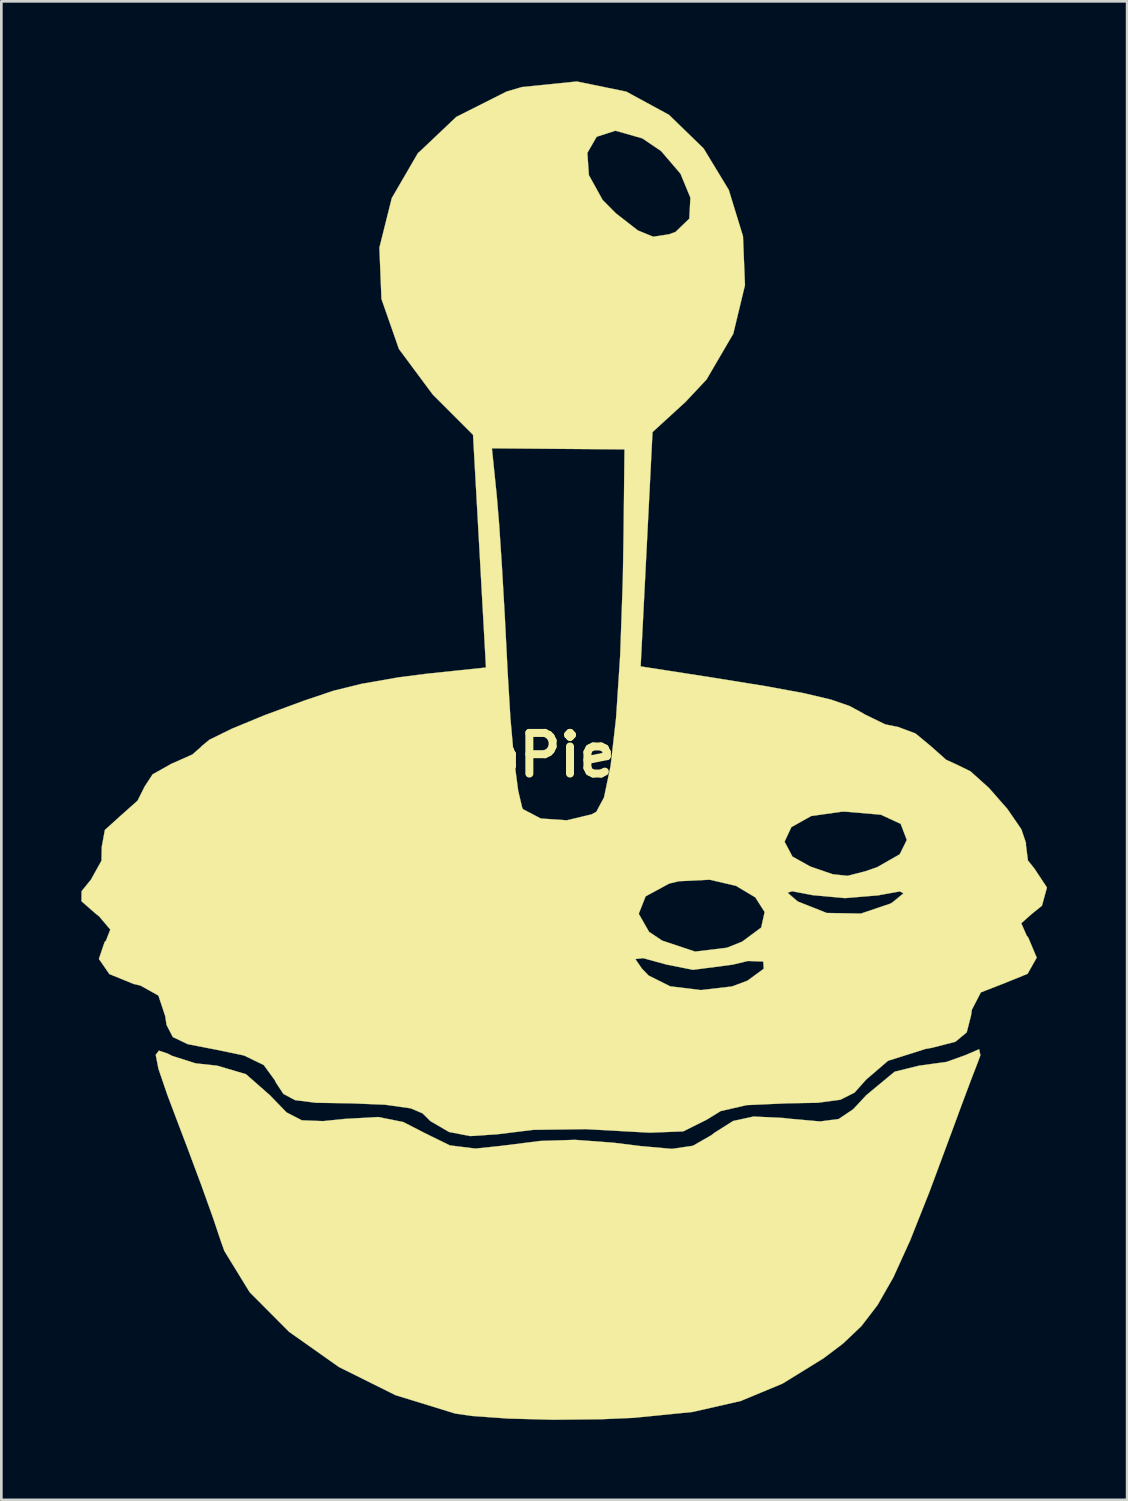
<source format=kicad_pcb>
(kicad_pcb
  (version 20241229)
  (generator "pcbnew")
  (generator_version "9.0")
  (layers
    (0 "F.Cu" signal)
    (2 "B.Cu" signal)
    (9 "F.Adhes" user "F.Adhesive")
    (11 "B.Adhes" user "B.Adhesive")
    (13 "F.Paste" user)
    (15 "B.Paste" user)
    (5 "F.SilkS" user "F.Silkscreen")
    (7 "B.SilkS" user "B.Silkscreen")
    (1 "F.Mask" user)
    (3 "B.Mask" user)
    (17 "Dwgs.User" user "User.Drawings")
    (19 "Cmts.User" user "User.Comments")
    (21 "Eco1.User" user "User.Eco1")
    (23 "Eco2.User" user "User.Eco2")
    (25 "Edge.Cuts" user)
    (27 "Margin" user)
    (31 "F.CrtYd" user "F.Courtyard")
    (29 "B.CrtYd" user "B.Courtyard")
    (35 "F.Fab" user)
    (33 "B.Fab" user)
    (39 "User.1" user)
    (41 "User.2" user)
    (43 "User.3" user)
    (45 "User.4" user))
  (footprint "RetroPie_logo"
    (layer "F.Cu")
    (at 18.248 25.263)
    (property "Reference" "RetroPie_logo" (at 0 0 0) (layer "F.SilkS") (effects (font (size 1.524 1.524) (thickness 0.3))))
    (attr through_hole)
    (fp_poly (pts (xy 15.459 11.252) (xy 15.363 11.512) (xy 15.091 12.217) (xy 14.692 13.285) (xy 14.453 13.935) (xy 13.558 16.346) (xy 12.825 18.192) (xy 12.193 19.581) (xy 11.602 20.617) (xy 10.995 21.408) (xy 10.31 22.058) (xy 9.574 22.614) (xy 8.04 23.561) (xy 6.467 24.214) (xy 4.666 24.624) (xy 2.447 24.845) (xy 1.235 24.897) (xy -0.541 24.916) (xy -2.23 24.872) (xy -3.602 24.775) (xy -4.233 24.683) (xy -6.47 23.994) (xy -8.591 22.939) (xy -10.46 21.619) (xy -11.937 20.135) (xy -12.885 18.591) (xy -13.028 18.191) (xy -13.308 17.354) (xy -13.758 16.098) (xy -14.295 14.659) (xy -14.437 14.287) (xy -15.021 12.744) (xy -15.357 11.759) (xy -15.459 11.236) (xy -15.34 11.078) (xy -15.013 11.187) (xy -14.84 11.276) (xy -13.966 11.554) (xy -13.155 11.642) (xy -12.078 11.96) (xy -11.181 12.748) (xy -10.553 13.396) (xy -9.981 13.69) (xy -9.182 13.72) (xy -8.395 13.639) (xy -7.121 13.566) (xy -6.179 13.754) (xy -5.383 14.164) (xy -4.434 14.63) (xy -3.476 14.749) (xy -2.534 14.651) (xy -1.036 14.463) (xy 0.261 14.422) (xy 1.705 14.53) (xy 2.712 14.655) (xy 3.894 14.761) (xy 4.682 14.644) (xy 5.366 14.252) (xy 5.491 14.156) (xy 6.188 13.715) (xy 6.954 13.548) (xy 8.074 13.603) (xy 8.325 13.632) (xy 9.448 13.732) (xy 10.147 13.64) (xy 10.693 13.272) (xy 11.181 12.747) (xy 12.242 11.868) (xy 13.155 11.642) (xy 14.185 11.501) (xy 14.893 11.248) (xy 15.412 11.025) (xy 15.459 11.252)) (stroke (width 0.01) (type solid)) (fill yes) (layer "F.SilkS"))
    (fp_poly (pts (xy 2.181 -24.878) (xy 3.784 -24.007) (xy 5.082 -22.746) (xy 6.024 -21.195) (xy 6.558 -19.454) (xy 6.632 -17.621) (xy 6.193 -15.799) (xy 5.191 -14.085) (xy 4.407 -13.249) (xy 3.166 -12.113) (xy 2.944 -7.72) (xy 2.721 -3.328) (xy 5.329 -2.923) (xy 7.37 -2.594) (xy 8.837 -2.325) (xy 9.857 -2.084) (xy 10.556 -1.842) (xy 11.061 -1.568) (xy 11.103 -1.539) (xy 11.889 -1.155) (xy 12.371 -1.058) (xy 13.026 -0.813) (xy 13.582 -0.353) (xy 14.177 0.174) (xy 14.571 0.353) (xy 15.086 0.605) (xy 15.777 1.226) (xy 16.471 2.017) (xy 16.994 2.777) (xy 17.172 3.305) (xy 17.163 3.341) (xy 17.241 3.949) (xy 17.483 4.251) (xy 17.954 4.961) (xy 17.766 5.645) (xy 17.391 5.946) (xy 16.991 6.302) (xy 17.195 6.768) (xy 17.254 6.841) (xy 17.57 7.591) (xy 17.228 8.197) (xy 16.283 8.579) (xy 15.475 8.894) (xy 15.14 9.541) (xy 15.106 9.768) (xy 14.946 10.392) (xy 14.521 10.745) (xy 13.628 10.974) (xy 13.406 11.012) (xy 11.995 11.458) (xy 11.171 12.167) (xy 10.74 12.651) (xy 10.205 12.919) (xy 9.354 13.032) (xy 8.2 13.053) (xy 6.696 13.12) (xy 5.72 13.344) (xy 5.202 13.663) (xy 4.317 14.105) (xy 3.057 14.153) (xy 0.663 14.021) (xy -1.306 14.047) (xy -2.646 14.212) (xy -3.669 14.281) (xy -4.462 14.127) (xy -5.161 13.72) (xy -5.453 13.43) (xy -5.901 13.24) (xy -6.858 13.105) (xy -8.126 13.053) (xy -8.142 13.053) (xy -9.45 13.032) (xy -10.233 12.933) (xy -10.672 12.701) (xy -10.949 12.281) (xy -10.992 12.19) (xy -11.409 11.618) (xy -12.147 11.26) (xy -13.189 11.042) (xy -14.261 10.834) (xy -14.819 10.567) (xy -15.052 10.116) (xy -15.106 9.774) (xy -15.359 9.012) (xy -16.029 8.638) (xy -16.283 8.579) (xy -17.197 8.207) (xy -17.586 7.644) (xy 2.522 7.644) (xy 2.765 7.998) (xy 3.024 8.265) (xy 3.828 8.666) (xy 4.976 8.807) (xy 6.149 8.671) (xy 6.726 8.454) (xy 7.336 8.008) (xy 7.318 7.737) (xy 6.743 7.716) (xy 6.174 7.853) (xy 4.684 8.047) (xy 3.704 7.853) (xy 2.814 7.609) (xy 2.522 7.644) (xy -17.586 7.644) (xy -17.59 7.639) (xy -17.377 7.008) (xy -17.324 6.952) (xy -17.163 6.537) (xy -17.581 6.044) (xy -17.706 5.946) (xy 2.649 5.946) (xy 3.036 6.624) (xy 3.528 6.952) (xy 4.762 7.364) (xy 5.952 7.22) (xy 6.526 6.992) (xy 7.241 6.462) (xy 7.37 5.88) (xy 7.02 5.331) (xy 6.731 5.158) (xy 8.23 5.158) (xy 8.576 5.456) (xy 8.622 5.49) (xy 9.696 5.916) (xy 10.978 5.939) (xy 12.096 5.561) (xy 12.192 5.495) (xy 12.574 5.181) (xy 12.443 5.107) (xy 11.716 5.238) (xy 11.642 5.254) (xy 10.386 5.359) (xy 9.172 5.248) (xy 8.4 5.101) (xy 8.23 5.158) (xy 6.731 5.158) (xy 6.297 4.899) (xy 5.307 4.669) (xy 4.157 4.726) (xy 3.792 4.813) (xy 2.908 5.292) (xy 2.649 5.946) (xy -17.706 5.946) (xy -17.709 5.944) (xy -18.243 5.476) (xy -18.239 5.099) (xy -17.886 4.664) (xy -17.493 3.955) (xy -17.482 3.429) (xy -17.447 3.244) (xy 8.116 3.244) (xy 8.413 3.803) (xy 9.084 4.176) (xy 9.923 4.465) (xy 10.48 4.523) (xy 11.137 4.355) (xy 11.589 4.199) (xy 12.435 3.716) (xy 12.7 3.178) (xy 12.47 2.574) (xy 11.728 2.232) (xy 10.392 2.117) (xy 10.272 2.117) (xy 9.114 2.282) (xy 8.372 2.697) (xy 8.116 3.244) (xy -17.447 3.244) (xy -17.366 2.805) (xy -16.785 2.279) (xy -16.139 1.704) (xy -15.875 1.176) (xy -15.576 0.719) (xy -14.852 0.312) (xy -14.817 0.3) (xy -14.085 -0.026) (xy -13.759 -0.311) (xy -13.758 -0.322) (xy -13.446 -0.579) (xy -12.603 -0.992) (xy -11.371 -1.501) (xy -9.89 -2.047) (xy -8.799 -2.414) (xy -7.75 -2.673) (xy -6.355 -2.918) (xy -5.311 -3.052) (xy -3.078 -3.286) (xy -3.32 -7.648) (xy -3.535 -11.505) (xy -2.856 -11.505) (xy -2.673 -9.721) (xy -2.587 -8.683) (xy -2.484 -7.14) (xy -2.377 -5.294) (xy -2.277 -3.347) (xy -2.269 -3.175) (xy -2.162 -1.386) (xy -2.024 0.164) (xy -1.871 1.332) (xy -1.719 1.972) (xy -1.686 2.028) (xy -1.023 2.374) (xy -0.051 2.442) (xy 0.883 2.219) (xy 1.058 2.124) (xy 1.347 1.587) (xy 1.596 0.395) (xy 1.8 -1.398) (xy 1.954 -3.743) (xy 2.053 -6.587) (xy 2.081 -8.29) (xy 2.116 -11.465) (xy -0.37 -11.485) (xy -2.856 -11.505) (xy -3.535 -11.505) (xy -3.563 -12.011) (xy -5.075 -13.523) (xy -6.341 -15.229) (xy -6.996 -17.103) (xy -7.074 -19.028) (xy -6.609 -20.886) (xy -5.637 -22.559) (xy -5.613 -22.582) (xy 0.723 -22.582) (xy 0.781 -21.745) (xy 1.295 -20.816) (xy 1.791 -20.316) (xy 2.616 -19.674) (xy 3.191 -19.438) (xy 3.778 -19.527) (xy 4.028 -19.617) (xy 4.545 -20.115) (xy 4.587 -20.901) (xy 4.214 -21.803) (xy 3.487 -22.65) (xy 2.786 -23.125) (xy 1.776 -23.413) (xy 1.071 -23.185) (xy 0.723 -22.582) (xy -5.613 -22.582) (xy -4.191 -23.93) (xy -2.304 -24.881) (xy -1.73 -25.049) (xy 0.326 -25.258) (xy 2.181 -24.878)) (stroke (width 0.01) (type solid)) (fill yes) (layer "F.SilkS")))
  (gr_rect
    (start -3 -3)
    (end 39.208 53.184)
    (stroke (width 0.1) (type default))
    (fill no)
    (layer "Edge.Cuts")))
</source>
